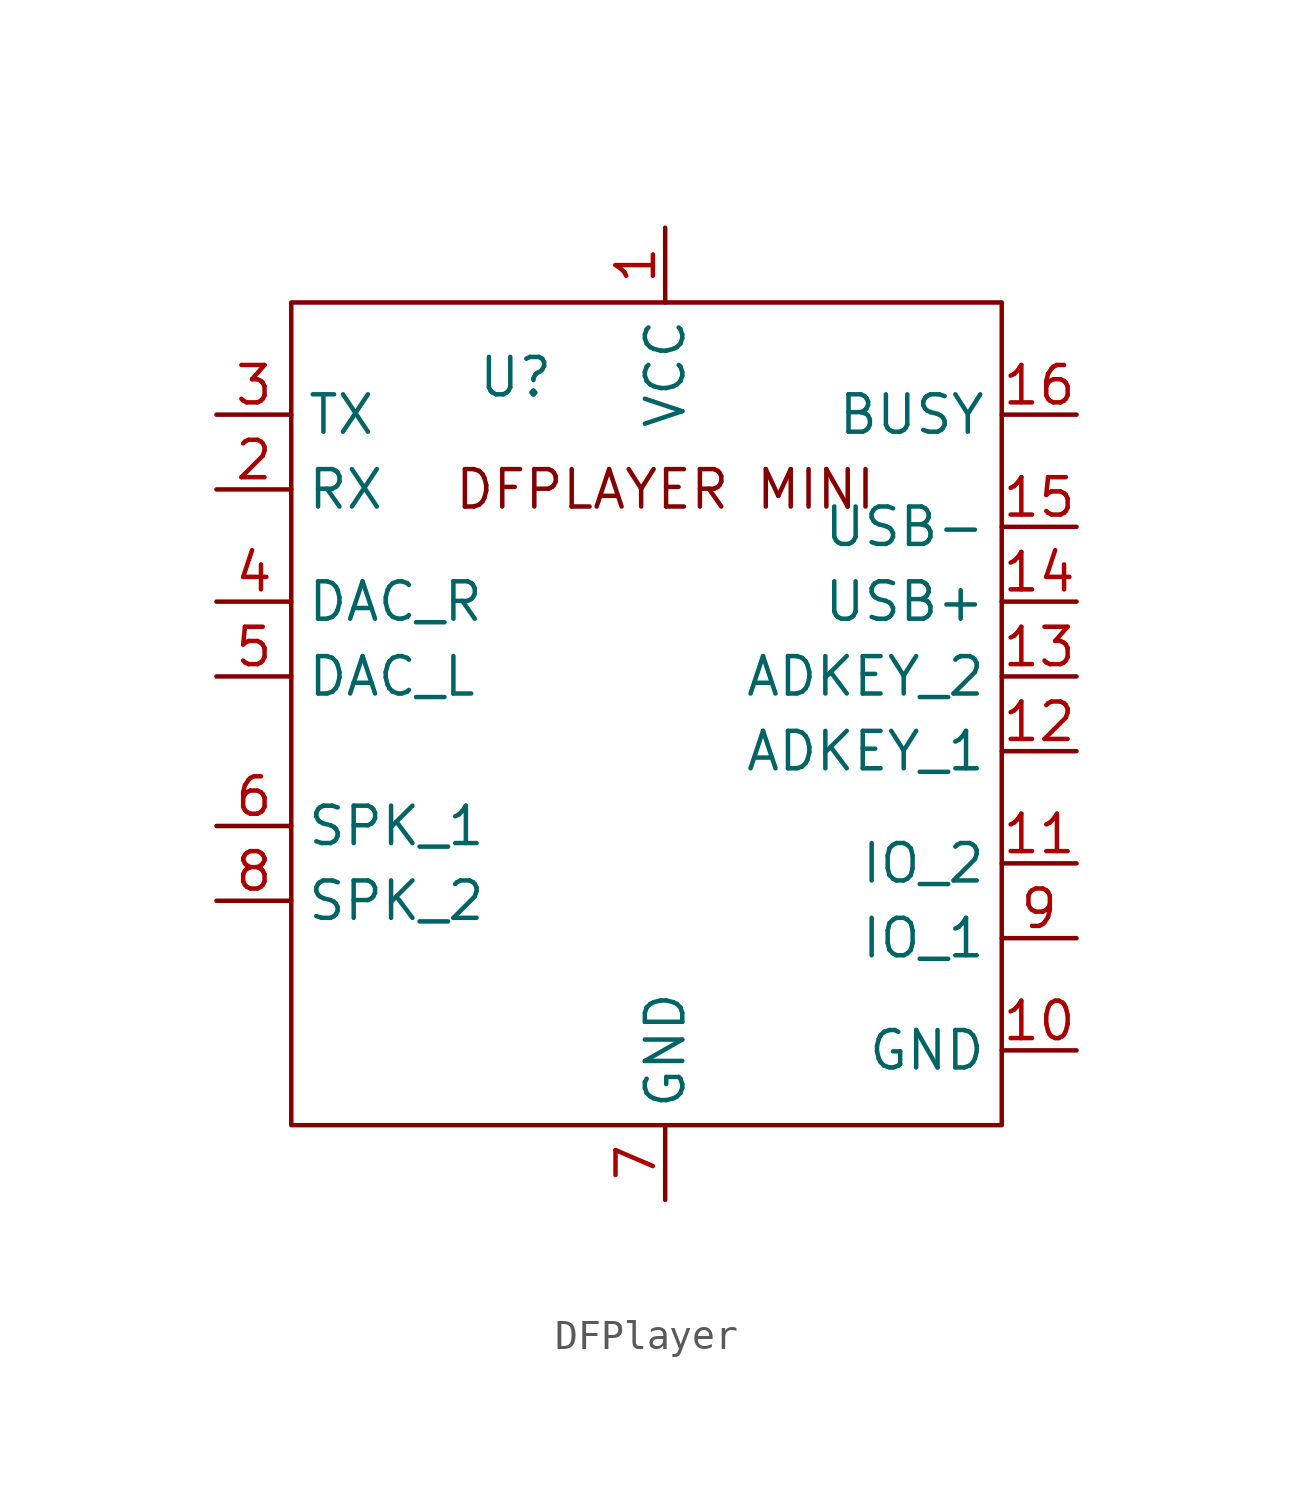
<source format=kicad_sym>
(kicad_symbol_lib
  (version 20220914)
  (generator kicad_symbol_editor)
  (symbol "DFPlayer"
    (property "Reference" "U"
      (at -7.62 0 0)
      (effects (font (size 1.27 1.27))))
    (property "Value" ""
      (at 0 0 0)
      (effects (font (size 1.27 1.27))))
    (symbol "DFPlayer_0_1"
      (rectangle (start -15.24 2.54) (end 8.89 -25.4) (stroke (width 0) (type default)) (fill (type none))))
    (symbol "DFPlayer_1_1"
      (text "DFPLAYER MINI" (at -2.54 -3.81 0) (effects (font (size 1.27 1.27))))
      (pin input line (at -2.54 5.08 270) (length 2.54) (name "VCC" (effects (font (size 1.27 1.27)))) (number "1" (effects (font (size 1.27 1.27)))))
      (pin input line (at 11.43 -22.86 180) (length 2.54) (name "GND" (effects (font (size 1.27 1.27)))) (number "10" (effects (font (size 1.27 1.27)))))
      (pin input line (at 11.43 -16.51 180) (length 2.54) (name "IO_2" (effects (font (size 1.27 1.27)))) (number "11" (effects (font (size 1.27 1.27)))))
      (pin input line (at 11.43 -12.7 180) (length 2.54) (name "ADKEY_1" (effects (font (size 1.27 1.27)))) (number "12" (effects (font (size 1.27 1.27)))))
      (pin input line (at 11.43 -10.16 180) (length 2.54) (name "ADKEY_2" (effects (font (size 1.27 1.27)))) (number "13" (effects (font (size 1.27 1.27)))))
      (pin input line (at 11.43 -7.62 180) (length 2.54) (name "USB+" (effects (font (size 1.27 1.27)))) (number "14" (effects (font (size 1.27 1.27)))))
      (pin input line (at 11.43 -5.08 180) (length 2.54) (name "USB-" (effects (font (size 1.27 1.27)))) (number "15" (effects (font (size 1.27 1.27)))))
      (pin input line (at 11.43 -1.27 180) (length 2.54) (name "BUSY" (effects (font (size 1.27 1.27)))) (number "16" (effects (font (size 1.27 1.27)))))
      (pin input line (at -17.78 -3.81 0) (length 2.54) (name "RX" (effects (font (size 1.27 1.27)))) (number "2" (effects (font (size 1.27 1.27)))))
      (pin output line (at -17.78 -1.27 0) (length 2.54) (name "TX" (effects (font (size 1.27 1.27)))) (number "3" (effects (font (size 1.27 1.27)))))
      (pin output line (at -17.78 -7.62 0) (length 2.54) (name "DAC_R" (effects (font (size 1.27 1.27)))) (number "4" (effects (font (size 1.27 1.27)))))
      (pin output line (at -17.78 -10.16 0) (length 2.54) (name "DAC_L" (effects (font (size 1.27 1.27)))) (number "5" (effects (font (size 1.27 1.27)))))
      (pin output line (at -17.78 -15.24 0) (length 2.54) (name "SPK_1" (effects (font (size 1.27 1.27)))) (number "6" (effects (font (size 1.27 1.27)))))
      (pin input line (at -2.54 -27.94 90) (length 2.54) (name "GND" (effects (font (size 1.27 1.27)))) (number "7" (effects (font (size 1.27 1.27)))))
      (pin output line (at -17.78 -17.78 0) (length 2.54) (name "SPK_2" (effects (font (size 1.27 1.27)))) (number "8" (effects (font (size 1.27 1.27)))))
      (pin input line (at 11.43 -19.05 180) (length 2.54) (name "IO_1" (effects (font (size 1.27 1.27)))) (number "9" (effects (font (size 1.27 1.27))))))))
</source>
